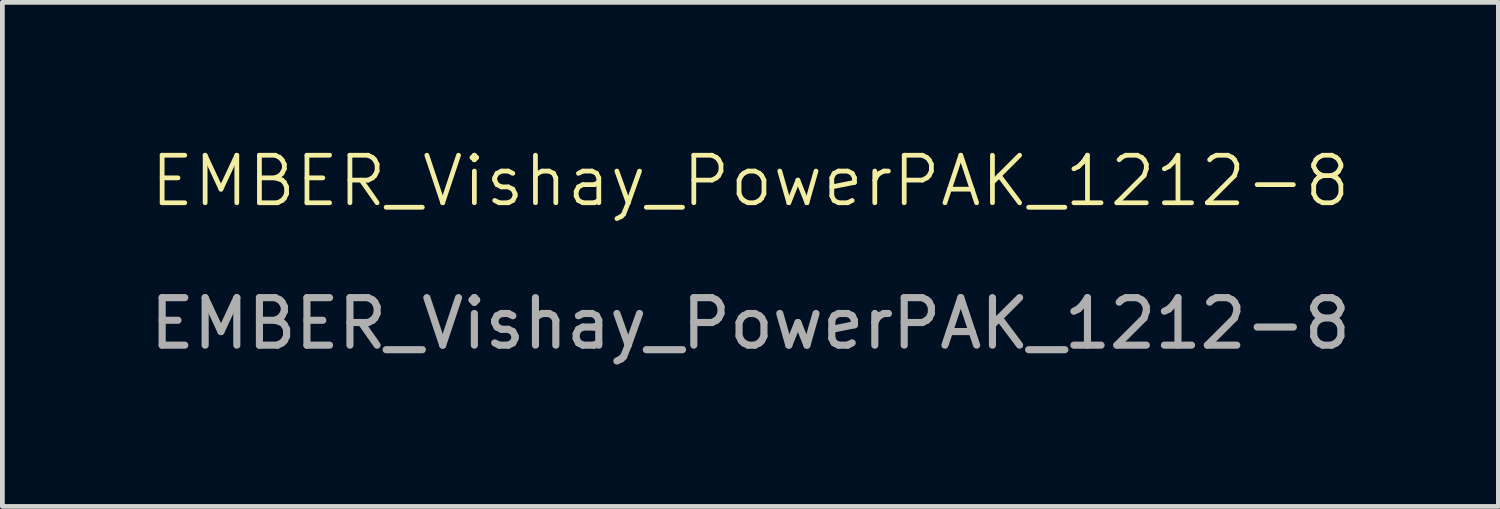
<source format=kicad_pcb>
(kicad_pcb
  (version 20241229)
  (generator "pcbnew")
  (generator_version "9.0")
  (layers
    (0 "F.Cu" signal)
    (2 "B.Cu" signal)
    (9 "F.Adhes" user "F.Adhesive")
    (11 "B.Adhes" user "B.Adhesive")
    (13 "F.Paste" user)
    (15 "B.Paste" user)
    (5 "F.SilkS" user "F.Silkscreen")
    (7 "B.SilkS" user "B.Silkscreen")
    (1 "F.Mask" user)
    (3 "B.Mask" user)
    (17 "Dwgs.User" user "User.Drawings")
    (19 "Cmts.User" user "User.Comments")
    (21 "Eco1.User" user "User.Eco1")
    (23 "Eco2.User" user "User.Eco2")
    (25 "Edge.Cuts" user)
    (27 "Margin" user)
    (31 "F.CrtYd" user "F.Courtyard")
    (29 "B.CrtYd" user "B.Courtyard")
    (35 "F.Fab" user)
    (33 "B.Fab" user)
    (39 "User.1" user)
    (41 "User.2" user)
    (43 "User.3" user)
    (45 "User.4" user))
  (footprint "EMBER_Vishay_PowerPAK_1212-8"
    (layer "F.Cu")
    (at 12.744 1.26)
    (property "Reference" "EMBER_Vishay_PowerPAK_1212-8" (at 0 -0.5 0) (unlocked yes) (layer "F.SilkS") (effects (font (size 1 1) (thickness 0.1))))
    (attr smd)
    (fp_text user "${REFERENCE}" (at 0 2.5 0) (unlocked yes) (layer "F.Fab") (effects (font (size 1 1) (thickness 0.15)))))
  (gr_rect
    (start -3 -3)
    (end 28.488 7.609)
    (stroke (width 0.1) (type default))
    (fill no)
    (layer "Edge.Cuts")))
</source>
